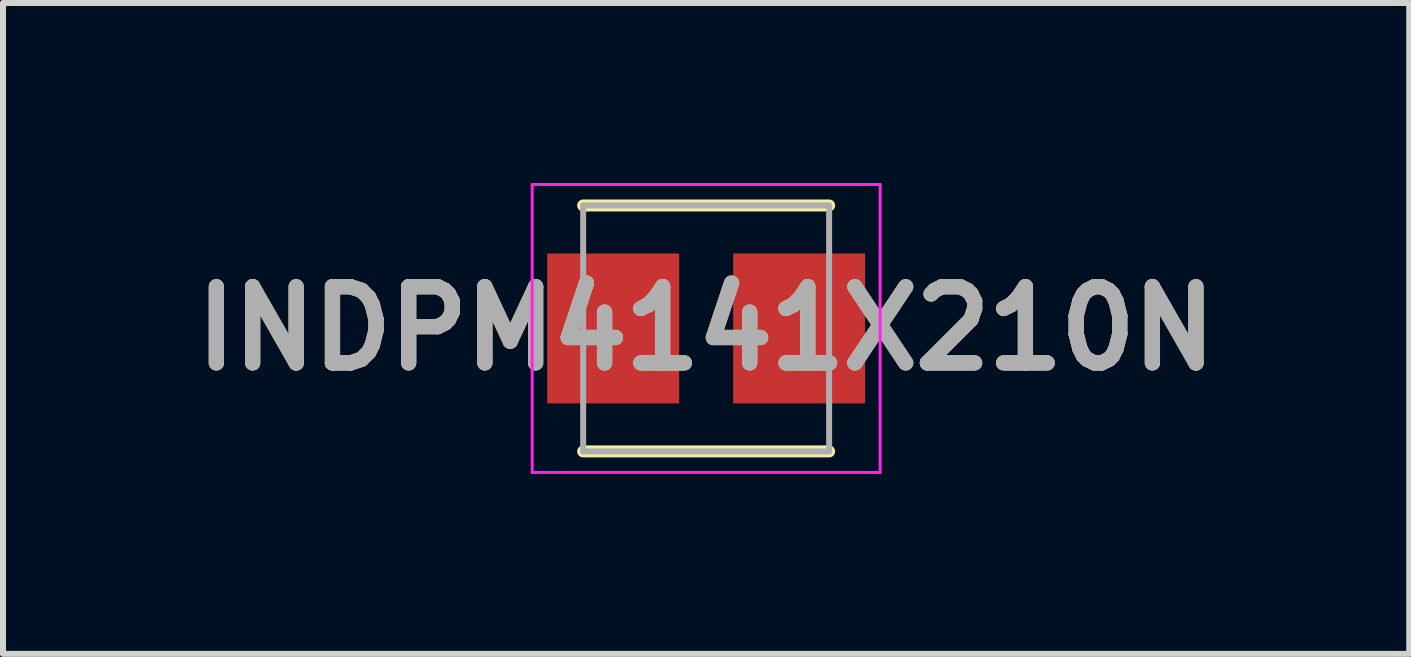
<source format=kicad_pcb>
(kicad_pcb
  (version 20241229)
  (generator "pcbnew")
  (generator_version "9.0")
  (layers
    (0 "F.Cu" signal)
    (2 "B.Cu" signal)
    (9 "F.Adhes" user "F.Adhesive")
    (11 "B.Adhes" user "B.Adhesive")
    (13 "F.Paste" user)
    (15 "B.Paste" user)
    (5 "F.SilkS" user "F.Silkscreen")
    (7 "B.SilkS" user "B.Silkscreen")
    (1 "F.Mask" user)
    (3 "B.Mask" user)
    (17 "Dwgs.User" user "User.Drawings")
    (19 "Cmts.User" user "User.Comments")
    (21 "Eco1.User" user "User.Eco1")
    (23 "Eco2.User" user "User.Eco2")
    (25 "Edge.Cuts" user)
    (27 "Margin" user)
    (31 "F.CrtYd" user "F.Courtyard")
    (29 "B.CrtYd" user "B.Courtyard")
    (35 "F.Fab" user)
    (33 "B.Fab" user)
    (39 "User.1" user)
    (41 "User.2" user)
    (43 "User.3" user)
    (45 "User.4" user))
  (footprint "INDPM4141X210N"
    (layer "F.Cu")
    (at 8.721 2.425)
    (property "Reference" "INDPM4141X210N" (at 0 0 0) (layer "F.SilkS") (effects (font (size 1.27 1.27) (thickness 0.254))))
    (attr smd)
    (fp_line (start -2.05 2.05) (end 2.05 2.05) (stroke (width 0.2) (type solid)) (layer "F.SilkS"))
    (fp_line (start 2.05 -2.05) (end -2.05 -2.05) (stroke (width 0.2) (type solid)) (layer "F.SilkS"))
    (fp_line (start -2.9 -2.4) (end 2.9 -2.4) (stroke (width 0.05) (type solid)) (layer "F.CrtYd"))
    (fp_line (start -2.9 2.4) (end -2.9 -2.4) (stroke (width 0.05) (type solid)) (layer "F.CrtYd"))
    (fp_line (start 2.9 -2.4) (end 2.9 2.4) (stroke (width 0.05) (type solid)) (layer "F.CrtYd"))
    (fp_line (start 2.9 2.4) (end -2.9 2.4) (stroke (width 0.05) (type solid)) (layer "F.CrtYd"))
    (fp_line (start -2.05 -2.05) (end 2.05 -2.05) (stroke (width 0.1) (type solid)) (layer "F.Fab"))
    (fp_line (start -2.05 2.05) (end -2.05 -2.05) (stroke (width 0.1) (type solid)) (layer "F.Fab"))
    (fp_line (start 2.05 -2.05) (end 2.05 2.05) (stroke (width 0.1) (type solid)) (layer "F.Fab"))
    (fp_line (start 2.05 2.05) (end -2.05 2.05) (stroke (width 0.1) (type solid)) (layer "F.Fab"))
    (fp_text user "${REFERENCE}" (at 0 0 0) (layer "F.Fab") (effects (font (size 1.27 1.27) (thickness 0.254))))
    (pad "1" smd rect (at -1.55 0) (size 2.2 2.5) (layers "F.Cu" "F.Mask" "F.Paste"))
    (pad "2" smd rect (at 1.55 0) (size 2.2 2.5) (layers "F.Cu" "F.Mask" "F.Paste")))
  (gr_rect
    (start -3 -3)
    (end 20.441 7.85)
    (stroke (width 0.1) (type default))
    (fill no)
    (layer "Edge.Cuts")))
</source>
